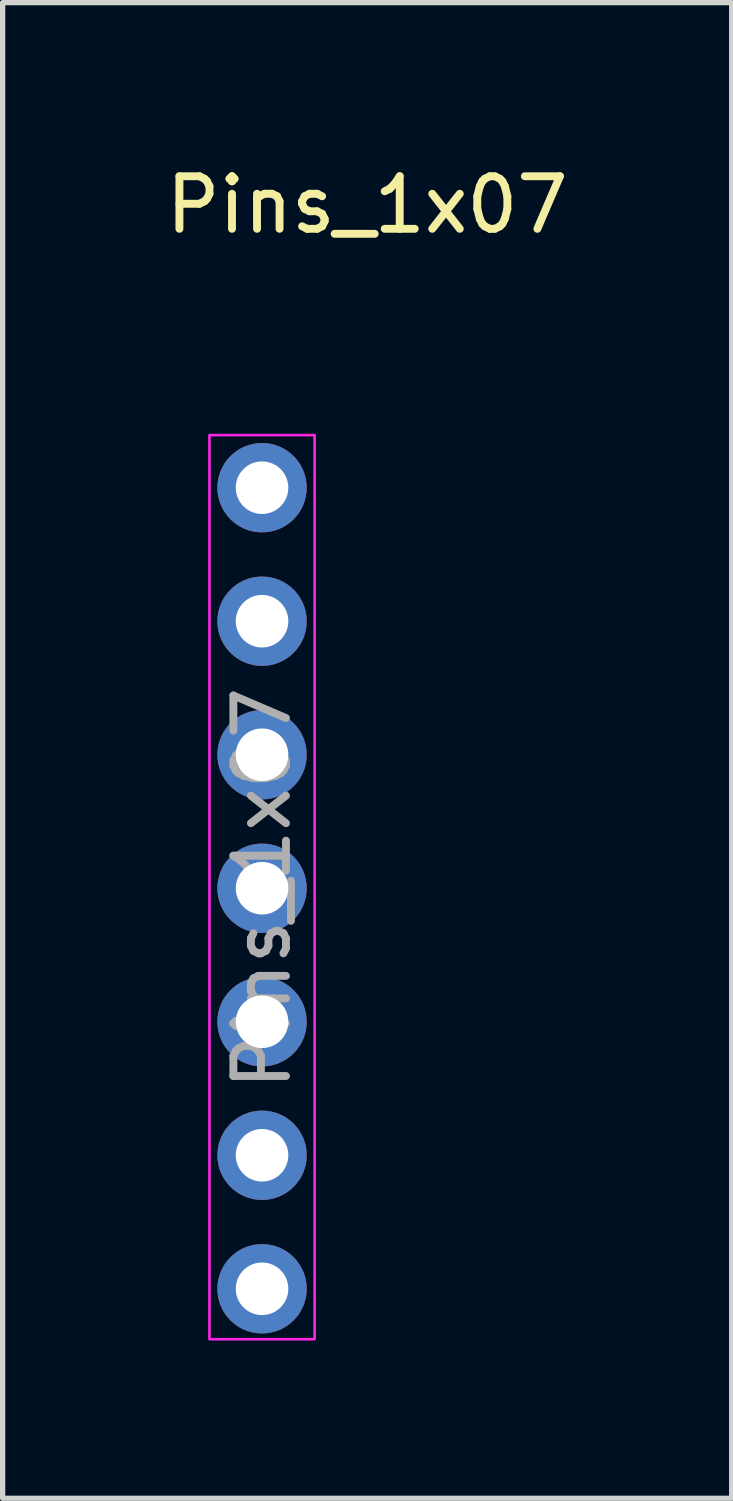
<source format=kicad_pcb>
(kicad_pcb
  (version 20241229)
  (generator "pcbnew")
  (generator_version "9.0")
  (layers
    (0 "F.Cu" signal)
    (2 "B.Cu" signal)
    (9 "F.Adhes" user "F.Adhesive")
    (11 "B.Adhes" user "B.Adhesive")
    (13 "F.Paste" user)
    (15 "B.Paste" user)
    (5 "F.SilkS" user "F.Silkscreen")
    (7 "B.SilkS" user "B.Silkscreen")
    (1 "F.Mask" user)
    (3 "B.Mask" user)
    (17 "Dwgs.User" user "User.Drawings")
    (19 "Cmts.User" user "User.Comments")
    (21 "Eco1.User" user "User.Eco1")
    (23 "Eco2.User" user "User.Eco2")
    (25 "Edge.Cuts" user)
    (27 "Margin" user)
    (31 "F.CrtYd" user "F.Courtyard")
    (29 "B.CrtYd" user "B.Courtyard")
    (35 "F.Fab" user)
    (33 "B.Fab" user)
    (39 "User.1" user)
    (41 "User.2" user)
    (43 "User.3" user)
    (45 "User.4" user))
  (footprint "Pins_1x07"
    (layer "F.Cu")
    (at 1.935 6.228)
    (property "Reference" "Pins_1x07" (at 2 -5.38 180) (layer "F.SilkS") (effects (font (size 1 1) (thickness 0.15))))
    (attr through_hole exclude_from_bom)
    (fp_rect (start -1 -1) (end 1 16.2) (stroke (width 0.05) (type default)) (fill no) (layer "F.CrtYd"))
    (fp_text user "${REFERENCE}" (at 0 7.62 90) (layer "F.Fab") (effects (font (size 1 1) (thickness 0.15))))
    (pad "1" thru_hole circle (at 0 0) (size 1.7 1.7) (drill 1) (layers "*.Cu" "*.Mask"))
    (pad "2" thru_hole oval (at 0 2.54) (size 1.7 1.7) (drill 1) (layers "*.Cu" "*.Mask"))
    (pad "3" thru_hole oval (at 0 5.08) (size 1.7 1.7) (drill 1) (layers "*.Cu" "*.Mask"))
    (pad "4" thru_hole oval (at 0 7.62) (size 1.7 1.7) (drill 1) (layers "*.Cu" "*.Mask"))
    (pad "5" thru_hole oval (at 0 10.16) (size 1.7 1.7) (drill 1) (layers "*.Cu" "*.Mask"))
    (pad "6" thru_hole oval (at 0 12.7) (size 1.7 1.7) (drill 1) (layers "*.Cu" "*.Mask"))
    (pad "7" thru_hole oval (at 0 15.24) (size 1.7 1.7) (drill 1) (layers "*.Cu" "*.Mask")))
  (gr_rect
    (start -3 -3)
    (end 10.869 25.453)
    (stroke (width 0.1) (type default))
    (fill no)
    (layer "Edge.Cuts")))
</source>
